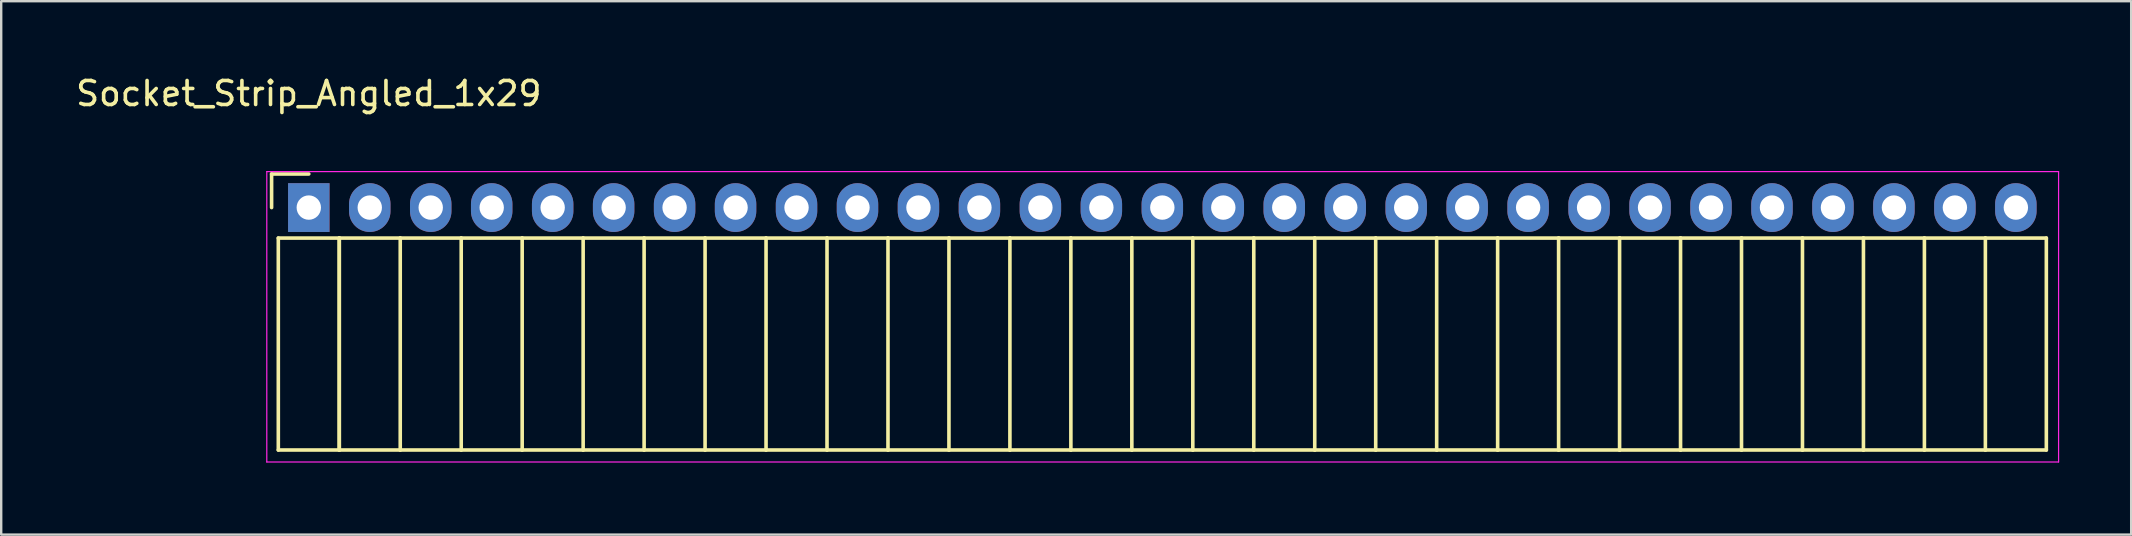
<source format=kicad_pcb>
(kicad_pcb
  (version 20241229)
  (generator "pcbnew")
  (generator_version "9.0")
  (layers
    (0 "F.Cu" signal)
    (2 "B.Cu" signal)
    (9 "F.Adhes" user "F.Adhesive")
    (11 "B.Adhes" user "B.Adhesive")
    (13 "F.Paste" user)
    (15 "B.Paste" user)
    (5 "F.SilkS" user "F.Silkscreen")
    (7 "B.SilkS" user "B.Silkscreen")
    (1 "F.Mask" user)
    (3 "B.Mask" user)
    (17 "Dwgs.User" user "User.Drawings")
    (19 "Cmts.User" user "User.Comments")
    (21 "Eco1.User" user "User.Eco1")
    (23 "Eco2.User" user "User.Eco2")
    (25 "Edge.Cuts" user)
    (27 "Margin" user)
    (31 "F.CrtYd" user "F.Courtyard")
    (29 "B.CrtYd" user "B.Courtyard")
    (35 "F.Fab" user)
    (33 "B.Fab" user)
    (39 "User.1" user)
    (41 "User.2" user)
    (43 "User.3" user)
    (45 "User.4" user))
  (footprint "Socket_Strip_Angled_1x29"
    (layer "F.Cu")
    (at 9.815 5.598)
    (property "Reference" "Socket_Strip_Angled_1x29" (at 0 -4.75 0) (layer "F.SilkS") (effects (font (size 1 1) (thickness 0.15))))
    (attr through_hole)
    (fp_line (start -1.55 -1.4) (end -1.55 0) (stroke (width 0.15) (type solid)) (layer "F.SilkS"))
    (fp_line (start -1.27 1.27) (end -1.27 10.1) (stroke (width 0.15) (type solid)) (layer "F.SilkS"))
    (fp_line (start -1.27 1.27) (end 1.27 1.27) (stroke (width 0.15) (type solid)) (layer "F.SilkS"))
    (fp_line (start -1.27 10.1) (end 1.27 10.1) (stroke (width 0.15) (type solid)) (layer "F.SilkS"))
    (fp_line (start 0 -1.4) (end -1.55 -1.4) (stroke (width 0.15) (type solid)) (layer "F.SilkS"))
    (fp_line (start 1.27 1.27) (end 1.27 10.1) (stroke (width 0.15) (type solid)) (layer "F.SilkS"))
    (fp_line (start 1.27 1.27) (end 3.81 1.27) (stroke (width 0.15) (type solid)) (layer "F.SilkS"))
    (fp_line (start 1.27 10.1) (end 1.27 1.27) (stroke (width 0.15) (type solid)) (layer "F.SilkS"))
    (fp_line (start 1.27 10.1) (end 3.81 10.1) (stroke (width 0.15) (type solid)) (layer "F.SilkS"))
    (fp_line (start 3.81 1.27) (end 6.35 1.27) (stroke (width 0.15) (type solid)) (layer "F.SilkS"))
    (fp_line (start 3.81 10.1) (end 3.81 1.27) (stroke (width 0.15) (type solid)) (layer "F.SilkS"))
    (fp_line (start 3.81 10.1) (end 6.35 10.1) (stroke (width 0.15) (type solid)) (layer "F.SilkS"))
    (fp_line (start 6.35 1.27) (end 8.89 1.27) (stroke (width 0.15) (type solid)) (layer "F.SilkS"))
    (fp_line (start 6.35 10.1) (end 6.35 1.27) (stroke (width 0.15) (type solid)) (layer "F.SilkS"))
    (fp_line (start 6.35 10.1) (end 8.89 10.1) (stroke (width 0.15) (type solid)) (layer "F.SilkS"))
    (fp_line (start 8.89 1.27) (end 11.43 1.27) (stroke (width 0.15) (type solid)) (layer "F.SilkS"))
    (fp_line (start 8.89 10.1) (end 8.89 1.27) (stroke (width 0.15) (type solid)) (layer "F.SilkS"))
    (fp_line (start 8.89 10.1) (end 11.43 10.1) (stroke (width 0.15) (type solid)) (layer "F.SilkS"))
    (fp_line (start 11.43 1.27) (end 13.97 1.27) (stroke (width 0.15) (type solid)) (layer "F.SilkS"))
    (fp_line (start 11.43 10.1) (end 11.43 1.27) (stroke (width 0.15) (type solid)) (layer "F.SilkS"))
    (fp_line (start 11.43 10.1) (end 13.97 10.1) (stroke (width 0.15) (type solid)) (layer "F.SilkS"))
    (fp_line (start 13.97 1.27) (end 16.51 1.27) (stroke (width 0.15) (type solid)) (layer "F.SilkS"))
    (fp_line (start 13.97 10.1) (end 13.97 1.27) (stroke (width 0.15) (type solid)) (layer "F.SilkS"))
    (fp_line (start 13.97 10.1) (end 16.51 10.1) (stroke (width 0.15) (type solid)) (layer "F.SilkS"))
    (fp_line (start 16.51 1.27) (end 19.05 1.27) (stroke (width 0.15) (type solid)) (layer "F.SilkS"))
    (fp_line (start 16.51 10.1) (end 16.51 1.27) (stroke (width 0.15) (type solid)) (layer "F.SilkS"))
    (fp_line (start 16.51 10.1) (end 19.05 10.1) (stroke (width 0.15) (type solid)) (layer "F.SilkS"))
    (fp_line (start 19.05 1.27) (end 21.59 1.27) (stroke (width 0.15) (type solid)) (layer "F.SilkS"))
    (fp_line (start 19.05 10.1) (end 19.05 1.27) (stroke (width 0.15) (type solid)) (layer "F.SilkS"))
    (fp_line (start 19.05 10.1) (end 21.59 10.1) (stroke (width 0.15) (type solid)) (layer "F.SilkS"))
    (fp_line (start 21.59 1.27) (end 24.13 1.27) (stroke (width 0.15) (type solid)) (layer "F.SilkS"))
    (fp_line (start 21.59 10.1) (end 21.59 1.27) (stroke (width 0.15) (type solid)) (layer "F.SilkS"))
    (fp_line (start 21.59 10.1) (end 24.13 10.1) (stroke (width 0.15) (type solid)) (layer "F.SilkS"))
    (fp_line (start 24.13 1.27) (end 26.67 1.27) (stroke (width 0.15) (type solid)) (layer "F.SilkS"))
    (fp_line (start 24.13 10.1) (end 24.13 1.27) (stroke (width 0.15) (type solid)) (layer "F.SilkS"))
    (fp_line (start 24.13 10.1) (end 26.67 10.1) (stroke (width 0.15) (type solid)) (layer "F.SilkS"))
    (fp_line (start 26.67 1.27) (end 29.21 1.27) (stroke (width 0.15) (type solid)) (layer "F.SilkS"))
    (fp_line (start 26.67 10.1) (end 26.67 1.27) (stroke (width 0.15) (type solid)) (layer "F.SilkS"))
    (fp_line (start 26.67 10.1) (end 29.21 10.1) (stroke (width 0.15) (type solid)) (layer "F.SilkS"))
    (fp_line (start 29.21 1.27) (end 31.75 1.27) (stroke (width 0.15) (type solid)) (layer "F.SilkS"))
    (fp_line (start 29.21 10.1) (end 29.21 1.27) (stroke (width 0.15) (type solid)) (layer "F.SilkS"))
    (fp_line (start 29.21 10.1) (end 31.75 10.1) (stroke (width 0.15) (type solid)) (layer "F.SilkS"))
    (fp_line (start 31.75 1.27) (end 34.29 1.27) (stroke (width 0.15) (type solid)) (layer "F.SilkS"))
    (fp_line (start 31.75 10.1) (end 31.75 1.27) (stroke (width 0.15) (type solid)) (layer "F.SilkS"))
    (fp_line (start 31.75 10.1) (end 34.29 10.1) (stroke (width 0.15) (type solid)) (layer "F.SilkS"))
    (fp_line (start 34.29 1.27) (end 36.83 1.27) (stroke (width 0.15) (type solid)) (layer "F.SilkS"))
    (fp_line (start 34.29 10.1) (end 34.29 1.27) (stroke (width 0.15) (type solid)) (layer "F.SilkS"))
    (fp_line (start 34.29 10.1) (end 36.83 10.1) (stroke (width 0.15) (type solid)) (layer "F.SilkS"))
    (fp_line (start 36.83 1.27) (end 39.37 1.27) (stroke (width 0.15) (type solid)) (layer "F.SilkS"))
    (fp_line (start 36.83 10.1) (end 36.83 1.27) (stroke (width 0.15) (type solid)) (layer "F.SilkS"))
    (fp_line (start 36.83 10.1) (end 39.37 10.1) (stroke (width 0.15) (type solid)) (layer "F.SilkS"))
    (fp_line (start 39.37 1.27) (end 41.91 1.27) (stroke (width 0.15) (type solid)) (layer "F.SilkS"))
    (fp_line (start 39.37 10.1) (end 39.37 1.27) (stroke (width 0.15) (type solid)) (layer "F.SilkS"))
    (fp_line (start 39.37 10.1) (end 41.91 10.1) (stroke (width 0.15) (type solid)) (layer "F.SilkS"))
    (fp_line (start 41.91 1.27) (end 44.45 1.27) (stroke (width 0.15) (type solid)) (layer "F.SilkS"))
    (fp_line (start 41.91 10.1) (end 41.91 1.27) (stroke (width 0.15) (type solid)) (layer "F.SilkS"))
    (fp_line (start 41.91 10.1) (end 44.45 10.1) (stroke (width 0.15) (type solid)) (layer "F.SilkS"))
    (fp_line (start 44.45 1.27) (end 46.99 1.27) (stroke (width 0.15) (type solid)) (layer "F.SilkS"))
    (fp_line (start 44.45 10.1) (end 44.45 1.27) (stroke (width 0.15) (type solid)) (layer "F.SilkS"))
    (fp_line (start 44.45 10.1) (end 46.99 10.1) (stroke (width 0.15) (type solid)) (layer "F.SilkS"))
    (fp_line (start 46.99 1.27) (end 49.53 1.27) (stroke (width 0.15) (type solid)) (layer "F.SilkS"))
    (fp_line (start 46.99 10.1) (end 46.99 1.27) (stroke (width 0.15) (type solid)) (layer "F.SilkS"))
    (fp_line (start 46.99 10.1) (end 49.53 10.1) (stroke (width 0.15) (type solid)) (layer "F.SilkS"))
    (fp_line (start 49.53 1.27) (end 52.07 1.27) (stroke (width 0.15) (type solid)) (layer "F.SilkS"))
    (fp_line (start 49.53 10.1) (end 49.53 1.27) (stroke (width 0.15) (type solid)) (layer "F.SilkS"))
    (fp_line (start 49.53 10.1) (end 52.07 10.1) (stroke (width 0.15) (type solid)) (layer "F.SilkS"))
    (fp_line (start 52.07 1.27) (end 54.61 1.27) (stroke (width 0.15) (type solid)) (layer "F.SilkS"))
    (fp_line (start 52.07 10.1) (end 52.07 1.27) (stroke (width 0.15) (type solid)) (layer "F.SilkS"))
    (fp_line (start 52.07 10.1) (end 54.61 10.1) (stroke (width 0.15) (type solid)) (layer "F.SilkS"))
    (fp_line (start 54.61 1.27) (end 57.15 1.27) (stroke (width 0.15) (type solid)) (layer "F.SilkS"))
    (fp_line (start 54.61 10.1) (end 54.61 1.27) (stroke (width 0.15) (type solid)) (layer "F.SilkS"))
    (fp_line (start 54.61 10.1) (end 57.15 10.1) (stroke (width 0.15) (type solid)) (layer "F.SilkS"))
    (fp_line (start 57.15 1.27) (end 59.69 1.27) (stroke (width 0.15) (type solid)) (layer "F.SilkS"))
    (fp_line (start 57.15 10.1) (end 57.15 1.27) (stroke (width 0.15) (type solid)) (layer "F.SilkS"))
    (fp_line (start 57.15 10.1) (end 59.69 10.1) (stroke (width 0.15) (type solid)) (layer "F.SilkS"))
    (fp_line (start 59.69 1.27) (end 62.23 1.27) (stroke (width 0.15) (type solid)) (layer "F.SilkS"))
    (fp_line (start 59.69 10.1) (end 59.69 1.27) (stroke (width 0.15) (type solid)) (layer "F.SilkS"))
    (fp_line (start 59.69 10.1) (end 62.23 10.1) (stroke (width 0.15) (type solid)) (layer "F.SilkS"))
    (fp_line (start 62.23 1.27) (end 64.77 1.27) (stroke (width 0.15) (type solid)) (layer "F.SilkS"))
    (fp_line (start 62.23 10.1) (end 62.23 1.27) (stroke (width 0.15) (type solid)) (layer "F.SilkS"))
    (fp_line (start 62.23 10.1) (end 64.77 10.1) (stroke (width 0.15) (type solid)) (layer "F.SilkS"))
    (fp_line (start 64.77 1.27) (end 67.31 1.27) (stroke (width 0.15) (type solid)) (layer "F.SilkS"))
    (fp_line (start 64.77 10.1) (end 64.77 1.27) (stroke (width 0.15) (type solid)) (layer "F.SilkS"))
    (fp_line (start 64.77 10.1) (end 67.31 10.1) (stroke (width 0.15) (type solid)) (layer "F.SilkS"))
    (fp_line (start 67.31 1.27) (end 69.85 1.27) (stroke (width 0.15) (type solid)) (layer "F.SilkS"))
    (fp_line (start 67.31 10.1) (end 67.31 1.27) (stroke (width 0.15) (type solid)) (layer "F.SilkS"))
    (fp_line (start 67.31 10.1) (end 69.85 10.1) (stroke (width 0.15) (type solid)) (layer "F.SilkS"))
    (fp_line (start 69.85 1.27) (end 72.39 1.27) (stroke (width 0.15) (type solid)) (layer "F.SilkS"))
    (fp_line (start 69.85 10.1) (end 69.85 1.27) (stroke (width 0.15) (type solid)) (layer "F.SilkS"))
    (fp_line (start 69.85 10.1) (end 72.39 10.1) (stroke (width 0.15) (type solid)) (layer "F.SilkS"))
    (fp_line (start 72.39 10.1) (end 72.39 1.27) (stroke (width 0.15) (type solid)) (layer "F.SilkS"))
    (fp_line (start -1.75 -1.5) (end -1.75 10.6) (stroke (width 0.05) (type solid)) (layer "F.CrtYd"))
    (fp_line (start -1.75 -1.5) (end 72.9 -1.5) (stroke (width 0.05) (type solid)) (layer "F.CrtYd"))
    (fp_line (start -1.75 10.6) (end 72.9 10.6) (stroke (width 0.05) (type solid)) (layer "F.CrtYd"))
    (fp_line (start 72.9 -1.5) (end 72.9 10.6) (stroke (width 0.05) (type solid)) (layer "F.CrtYd"))
    (pad "1" thru_hole rect (at 0 0) (size 1.727 2.032) (drill 1.016) (layers "*.Cu" "*.Mask"))
    (pad "2" thru_hole oval (at 2.54 0) (size 1.727 2.032) (drill 1.016) (layers "*.Cu" "*.Mask"))
    (pad "3" thru_hole oval (at 5.08 0) (size 1.727 2.032) (drill 1.016) (layers "*.Cu" "*.Mask"))
    (pad "4" thru_hole oval (at 7.62 0) (size 1.727 2.032) (drill 1.016) (layers "*.Cu" "*.Mask"))
    (pad "5" thru_hole oval (at 10.16 0) (size 1.727 2.032) (drill 1.016) (layers "*.Cu" "*.Mask"))
    (pad "6" thru_hole oval (at 12.7 0) (size 1.727 2.032) (drill 1.016) (layers "*.Cu" "*.Mask"))
    (pad "7" thru_hole oval (at 15.24 0) (size 1.727 2.032) (drill 1.016) (layers "*.Cu" "*.Mask"))
    (pad "8" thru_hole oval (at 17.78 0) (size 1.727 2.032) (drill 1.016) (layers "*.Cu" "*.Mask"))
    (pad "9" thru_hole oval (at 20.32 0) (size 1.727 2.032) (drill 1.016) (layers "*.Cu" "*.Mask"))
    (pad "10" thru_hole oval (at 22.86 0) (size 1.727 2.032) (drill 1.016) (layers "*.Cu" "*.Mask"))
    (pad "11" thru_hole oval (at 25.4 0) (size 1.727 2.032) (drill 1.016) (layers "*.Cu" "*.Mask"))
    (pad "12" thru_hole oval (at 27.94 0) (size 1.727 2.032) (drill 1.016) (layers "*.Cu" "*.Mask"))
    (pad "13" thru_hole oval (at 30.48 0) (size 1.727 2.032) (drill 1.016) (layers "*.Cu" "*.Mask"))
    (pad "14" thru_hole oval (at 33.02 0) (size 1.727 2.032) (drill 1.016) (layers "*.Cu" "*.Mask"))
    (pad "15" thru_hole oval (at 35.56 0) (size 1.727 2.032) (drill 1.016) (layers "*.Cu" "*.Mask"))
    (pad "16" thru_hole oval (at 38.1 0) (size 1.727 2.032) (drill 1.016) (layers "*.Cu" "*.Mask"))
    (pad "17" thru_hole oval (at 40.64 0) (size 1.727 2.032) (drill 1.016) (layers "*.Cu" "*.Mask"))
    (pad "18" thru_hole oval (at 43.18 0) (size 1.727 2.032) (drill 1.016) (layers "*.Cu" "*.Mask"))
    (pad "19" thru_hole oval (at 45.72 0) (size 1.727 2.032) (drill 1.016) (layers "*.Cu" "*.Mask"))
    (pad "20" thru_hole oval (at 48.26 0) (size 1.727 2.032) (drill 1.016) (layers "*.Cu" "*.Mask"))
    (pad "21" thru_hole oval (at 50.8 0) (size 1.727 2.032) (drill 1.016) (layers "*.Cu" "*.Mask"))
    (pad "22" thru_hole oval (at 53.34 0) (size 1.727 2.032) (drill 1.016) (layers "*.Cu" "*.Mask"))
    (pad "23" thru_hole oval (at 55.88 0) (size 1.727 2.032) (drill 1.016) (layers "*.Cu" "*.Mask"))
    (pad "24" thru_hole oval (at 58.42 0) (size 1.727 2.032) (drill 1.016) (layers "*.Cu" "*.Mask"))
    (pad "25" thru_hole oval (at 60.96 0) (size 1.727 2.032) (drill 1.016) (layers "*.Cu" "*.Mask"))
    (pad "26" thru_hole oval (at 63.5 0) (size 1.727 2.032) (drill 1.016) (layers "*.Cu" "*.Mask"))
    (pad "27" thru_hole oval (at 66.04 0) (size 1.727 2.032) (drill 1.016) (layers "*.Cu" "*.Mask"))
    (pad "28" thru_hole oval (at 68.58 0) (size 1.727 2.032) (drill 1.016) (layers "*.Cu" "*.Mask"))
    (pad "29" thru_hole oval (at 71.12 0) (size 1.727 2.032) (drill 1.016) (layers "*.Cu" "*.Mask")))
  (gr_rect
    (start -3 -3)
    (end 85.74 19.223)
    (stroke (width 0.1) (type default))
    (fill no)
    (layer "Edge.Cuts")))
</source>
